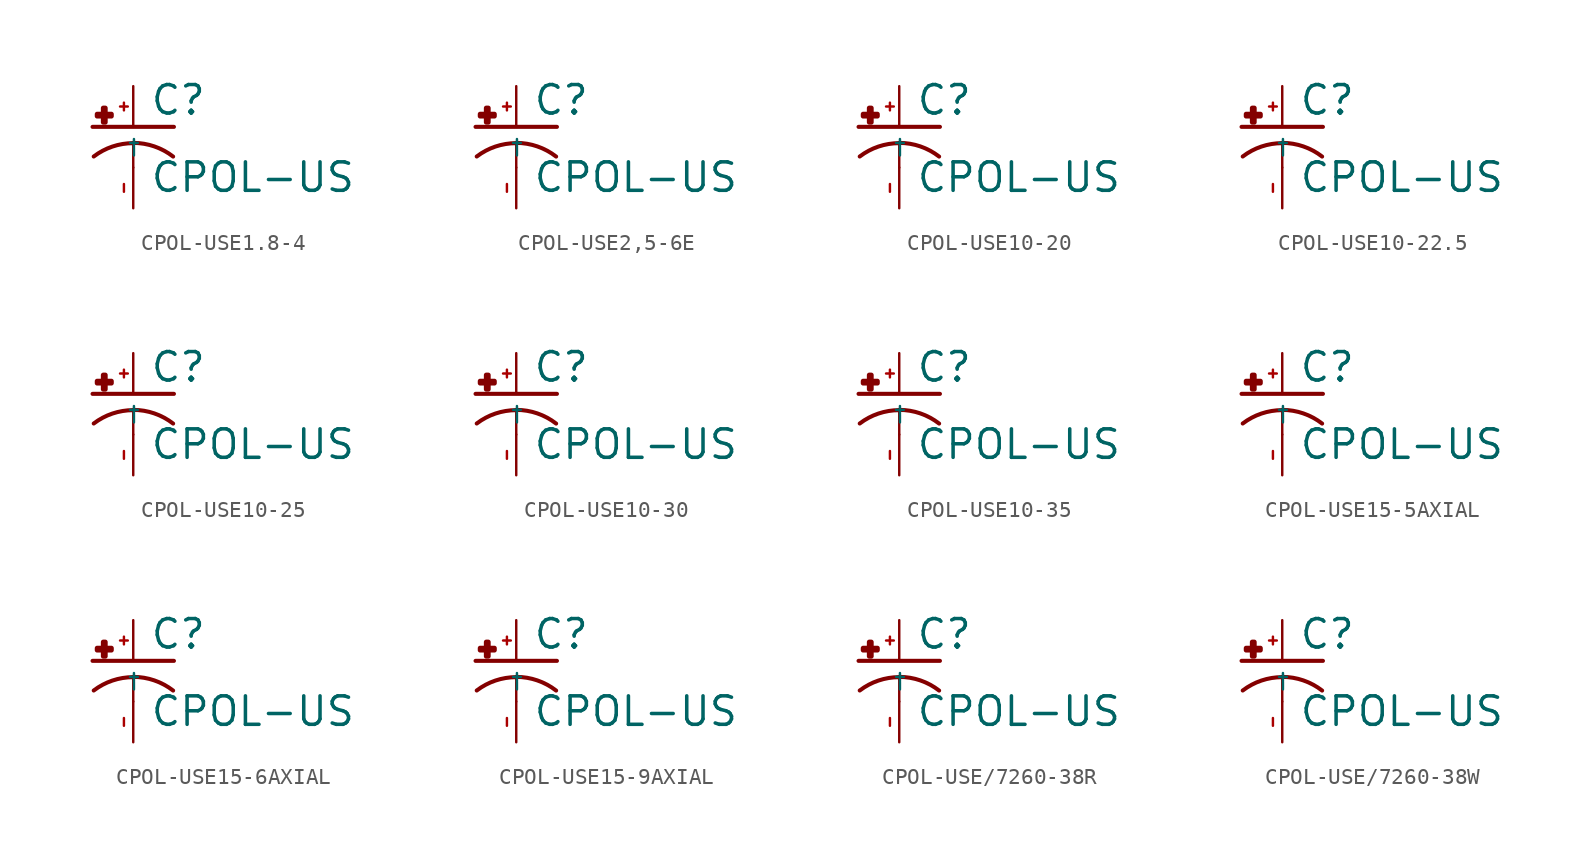
<source format=kicad_sym>
(kicad_symbol_lib
  (version 20220914)
  (generator Eagle2Kicad)
  (symbol "CPOL-USE1.8-4"
    (property "Reference" "C"
      (at 1.016 0.635 0)
      (effects (font (size 1.778 1.778) (thickness 0.22)) (justify left bottom)))
    (property "Value" "CPOL-US"
      (at 1.016 -4.191 0)
      (effects (font (size 1.778 1.778) (thickness 0.22)) (justify left bottom)))
    (polyline
      (pts (xy -2.54 0) (xy 2.54 0))
      (stroke (width 0.254) (type default))
      (fill (type none)))
    (polyline
      (pts (xy 0 -1.016) (xy 0 -2.54))
      (stroke (width 0.152) (type default))
      (fill (type none)))
    (arc
      (start 2.4892 -1.8542)
      (mid 1.316 -1.220)
      (end 0 -1)
      (stroke (width 0.254) (type default))
      (fill (type none)))
    (arc
      (start 0 -1.0161)
      (mid -1.302 -1.230)
      (end -2.4669 -1.8504)
      (stroke (width 0.254) (type default))
      (fill (type none)))
    (rectangle
      (start -2.253 0.668)
      (end -1.364 0.795)
      (stroke (width 0.3) (type default))
      (fill (type outline)))
    (rectangle
      (start -1.872 0.287)
      (end -1.745 1.176)
      (stroke (width 0.3) (type default))
      (fill (type outline)))
    (pin passive line
      (at 0 2.54 270)
      (length 2.54)
      (name "+" (effects (font (size 0.635 0.635) (thickness 0.08)) (justify left bottom)))
      (number "+" (effects (font (size 0.635 0.635) (thickness 0.08)) (justify left bottom))))
    (pin passive line
      (at 0 -5.08 90)
      (length 2.54)
      (name "-" (effects (font (size 0.635 0.635) (thickness 0.08)) (justify left bottom)))
      (number "-" (effects (font (size 0.635 0.635) (thickness 0.08)) (justify left bottom)))))
  (symbol "CPOL-USE2,5-6E"
    (property "Reference" "C"
      (at 1.016 0.635 0)
      (effects (font (size 1.778 1.778) (thickness 0.22)) (justify left bottom)))
    (property "Value" "CPOL-US"
      (at 1.016 -4.191 0)
      (effects (font (size 1.778 1.778) (thickness 0.22)) (justify left bottom)))
    (polyline
      (pts (xy -2.54 0) (xy 2.54 0))
      (stroke (width 0.254) (type default))
      (fill (type none)))
    (polyline
      (pts (xy 0 -1.016) (xy 0 -2.54))
      (stroke (width 0.152) (type default))
      (fill (type none)))
    (arc
      (start 2.4892 -1.8542)
      (mid 1.316 -1.220)
      (end 0 -1)
      (stroke (width 0.254) (type default))
      (fill (type none)))
    (arc
      (start 0 -1.0161)
      (mid -1.302 -1.230)
      (end -2.4669 -1.8504)
      (stroke (width 0.254) (type default))
      (fill (type none)))
    (rectangle
      (start -2.253 0.668)
      (end -1.364 0.795)
      (stroke (width 0.3) (type default))
      (fill (type outline)))
    (rectangle
      (start -1.872 0.287)
      (end -1.745 1.176)
      (stroke (width 0.3) (type default))
      (fill (type outline)))
    (pin passive line
      (at 0 2.54 270)
      (length 2.54)
      (name "+" (effects (font (size 0.635 0.635) (thickness 0.08)) (justify left bottom)))
      (number "+" (effects (font (size 0.635 0.635) (thickness 0.08)) (justify left bottom))))
    (pin passive line
      (at 0 -5.08 90)
      (length 2.54)
      (name "-" (effects (font (size 0.635 0.635) (thickness 0.08)) (justify left bottom)))
      (number "-" (effects (font (size 0.635 0.635) (thickness 0.08)) (justify left bottom)))))
  (symbol "CPOL-USE10-20"
    (property "Reference" "C"
      (at 1.016 0.635 0)
      (effects (font (size 1.778 1.778) (thickness 0.22)) (justify left bottom)))
    (property "Value" "CPOL-US"
      (at 1.016 -4.191 0)
      (effects (font (size 1.778 1.778) (thickness 0.22)) (justify left bottom)))
    (polyline
      (pts (xy -2.54 0) (xy 2.54 0))
      (stroke (width 0.254) (type default))
      (fill (type none)))
    (polyline
      (pts (xy 0 -1.016) (xy 0 -2.54))
      (stroke (width 0.152) (type default))
      (fill (type none)))
    (arc
      (start 2.4892 -1.8542)
      (mid 1.316 -1.220)
      (end 0 -1)
      (stroke (width 0.254) (type default))
      (fill (type none)))
    (arc
      (start 0 -1.0161)
      (mid -1.302 -1.230)
      (end -2.4669 -1.8504)
      (stroke (width 0.254) (type default))
      (fill (type none)))
    (rectangle
      (start -2.253 0.668)
      (end -1.364 0.795)
      (stroke (width 0.3) (type default))
      (fill (type outline)))
    (rectangle
      (start -1.872 0.287)
      (end -1.745 1.176)
      (stroke (width 0.3) (type default))
      (fill (type outline)))
    (pin passive line
      (at 0 2.54 270)
      (length 2.54)
      (name "+" (effects (font (size 0.635 0.635) (thickness 0.08)) (justify left bottom)))
      (number "+" (effects (font (size 0.635 0.635) (thickness 0.08)) (justify left bottom))))
    (pin passive line
      (at 0 -5.08 90)
      (length 2.54)
      (name "-" (effects (font (size 0.635 0.635) (thickness 0.08)) (justify left bottom)))
      (number "-" (effects (font (size 0.635 0.635) (thickness 0.08)) (justify left bottom)))))
  (symbol "CPOL-USE10-22.5"
    (property "Reference" "C"
      (at 1.016 0.635 0)
      (effects (font (size 1.778 1.778) (thickness 0.22)) (justify left bottom)))
    (property "Value" "CPOL-US"
      (at 1.016 -4.191 0)
      (effects (font (size 1.778 1.778) (thickness 0.22)) (justify left bottom)))
    (polyline
      (pts (xy -2.54 0) (xy 2.54 0))
      (stroke (width 0.254) (type default))
      (fill (type none)))
    (polyline
      (pts (xy 0 -1.016) (xy 0 -2.54))
      (stroke (width 0.152) (type default))
      (fill (type none)))
    (arc
      (start 2.4892 -1.8542)
      (mid 1.316 -1.220)
      (end 0 -1)
      (stroke (width 0.254) (type default))
      (fill (type none)))
    (arc
      (start 0 -1.0161)
      (mid -1.302 -1.230)
      (end -2.4669 -1.8504)
      (stroke (width 0.254) (type default))
      (fill (type none)))
    (rectangle
      (start -2.253 0.668)
      (end -1.364 0.795)
      (stroke (width 0.3) (type default))
      (fill (type outline)))
    (rectangle
      (start -1.872 0.287)
      (end -1.745 1.176)
      (stroke (width 0.3) (type default))
      (fill (type outline)))
    (pin passive line
      (at 0 2.54 270)
      (length 2.54)
      (name "+" (effects (font (size 0.635 0.635) (thickness 0.08)) (justify left bottom)))
      (number "+" (effects (font (size 0.635 0.635) (thickness 0.08)) (justify left bottom))))
    (pin passive line
      (at 0 -5.08 90)
      (length 2.54)
      (name "-" (effects (font (size 0.635 0.635) (thickness 0.08)) (justify left bottom)))
      (number "-" (effects (font (size 0.635 0.635) (thickness 0.08)) (justify left bottom)))))
  (symbol "CPOL-USE10-25"
    (property "Reference" "C"
      (at 1.016 0.635 0)
      (effects (font (size 1.778 1.778) (thickness 0.22)) (justify left bottom)))
    (property "Value" "CPOL-US"
      (at 1.016 -4.191 0)
      (effects (font (size 1.778 1.778) (thickness 0.22)) (justify left bottom)))
    (polyline
      (pts (xy -2.54 0) (xy 2.54 0))
      (stroke (width 0.254) (type default))
      (fill (type none)))
    (polyline
      (pts (xy 0 -1.016) (xy 0 -2.54))
      (stroke (width 0.152) (type default))
      (fill (type none)))
    (arc
      (start 2.4892 -1.8542)
      (mid 1.316 -1.220)
      (end 0 -1)
      (stroke (width 0.254) (type default))
      (fill (type none)))
    (arc
      (start 0 -1.0161)
      (mid -1.302 -1.230)
      (end -2.4669 -1.8504)
      (stroke (width 0.254) (type default))
      (fill (type none)))
    (rectangle
      (start -2.253 0.668)
      (end -1.364 0.795)
      (stroke (width 0.3) (type default))
      (fill (type outline)))
    (rectangle
      (start -1.872 0.287)
      (end -1.745 1.176)
      (stroke (width 0.3) (type default))
      (fill (type outline)))
    (pin passive line
      (at 0 2.54 270)
      (length 2.54)
      (name "+" (effects (font (size 0.635 0.635) (thickness 0.08)) (justify left bottom)))
      (number "+" (effects (font (size 0.635 0.635) (thickness 0.08)) (justify left bottom))))
    (pin passive line
      (at 0 -5.08 90)
      (length 2.54)
      (name "-" (effects (font (size 0.635 0.635) (thickness 0.08)) (justify left bottom)))
      (number "-" (effects (font (size 0.635 0.635) (thickness 0.08)) (justify left bottom)))))
  (symbol "CPOL-USE10-30"
    (property "Reference" "C"
      (at 1.016 0.635 0)
      (effects (font (size 1.778 1.778) (thickness 0.22)) (justify left bottom)))
    (property "Value" "CPOL-US"
      (at 1.016 -4.191 0)
      (effects (font (size 1.778 1.778) (thickness 0.22)) (justify left bottom)))
    (polyline
      (pts (xy -2.54 0) (xy 2.54 0))
      (stroke (width 0.254) (type default))
      (fill (type none)))
    (polyline
      (pts (xy 0 -1.016) (xy 0 -2.54))
      (stroke (width 0.152) (type default))
      (fill (type none)))
    (arc
      (start 2.4892 -1.8542)
      (mid 1.316 -1.220)
      (end 0 -1)
      (stroke (width 0.254) (type default))
      (fill (type none)))
    (arc
      (start 0 -1.0161)
      (mid -1.302 -1.230)
      (end -2.4669 -1.8504)
      (stroke (width 0.254) (type default))
      (fill (type none)))
    (rectangle
      (start -2.253 0.668)
      (end -1.364 0.795)
      (stroke (width 0.3) (type default))
      (fill (type outline)))
    (rectangle
      (start -1.872 0.287)
      (end -1.745 1.176)
      (stroke (width 0.3) (type default))
      (fill (type outline)))
    (pin passive line
      (at 0 2.54 270)
      (length 2.54)
      (name "+" (effects (font (size 0.635 0.635) (thickness 0.08)) (justify left bottom)))
      (number "+" (effects (font (size 0.635 0.635) (thickness 0.08)) (justify left bottom))))
    (pin passive line
      (at 0 -5.08 90)
      (length 2.54)
      (name "-" (effects (font (size 0.635 0.635) (thickness 0.08)) (justify left bottom)))
      (number "-" (effects (font (size 0.635 0.635) (thickness 0.08)) (justify left bottom)))))
  (symbol "CPOL-USE10-35"
    (property "Reference" "C"
      (at 1.016 0.635 0)
      (effects (font (size 1.778 1.778) (thickness 0.22)) (justify left bottom)))
    (property "Value" "CPOL-US"
      (at 1.016 -4.191 0)
      (effects (font (size 1.778 1.778) (thickness 0.22)) (justify left bottom)))
    (polyline
      (pts (xy -2.54 0) (xy 2.54 0))
      (stroke (width 0.254) (type default))
      (fill (type none)))
    (polyline
      (pts (xy 0 -1.016) (xy 0 -2.54))
      (stroke (width 0.152) (type default))
      (fill (type none)))
    (arc
      (start 2.4892 -1.8542)
      (mid 1.316 -1.220)
      (end 0 -1)
      (stroke (width 0.254) (type default))
      (fill (type none)))
    (arc
      (start 0 -1.0161)
      (mid -1.302 -1.230)
      (end -2.4669 -1.8504)
      (stroke (width 0.254) (type default))
      (fill (type none)))
    (rectangle
      (start -2.253 0.668)
      (end -1.364 0.795)
      (stroke (width 0.3) (type default))
      (fill (type outline)))
    (rectangle
      (start -1.872 0.287)
      (end -1.745 1.176)
      (stroke (width 0.3) (type default))
      (fill (type outline)))
    (pin passive line
      (at 0 2.54 270)
      (length 2.54)
      (name "+" (effects (font (size 0.635 0.635) (thickness 0.08)) (justify left bottom)))
      (number "+" (effects (font (size 0.635 0.635) (thickness 0.08)) (justify left bottom))))
    (pin passive line
      (at 0 -5.08 90)
      (length 2.54)
      (name "-" (effects (font (size 0.635 0.635) (thickness 0.08)) (justify left bottom)))
      (number "-" (effects (font (size 0.635 0.635) (thickness 0.08)) (justify left bottom)))))
  (symbol "CPOL-USE15-5AXIAL"
    (property "Reference" "C"
      (at 1.016 0.635 0)
      (effects (font (size 1.778 1.778) (thickness 0.22)) (justify left bottom)))
    (property "Value" "CPOL-US"
      (at 1.016 -4.191 0)
      (effects (font (size 1.778 1.778) (thickness 0.22)) (justify left bottom)))
    (polyline
      (pts (xy -2.54 0) (xy 2.54 0))
      (stroke (width 0.254) (type default))
      (fill (type none)))
    (polyline
      (pts (xy 0 -1.016) (xy 0 -2.54))
      (stroke (width 0.152) (type default))
      (fill (type none)))
    (arc
      (start 2.4892 -1.8542)
      (mid 1.316 -1.220)
      (end 0 -1)
      (stroke (width 0.254) (type default))
      (fill (type none)))
    (arc
      (start 0 -1.0161)
      (mid -1.302 -1.230)
      (end -2.4669 -1.8504)
      (stroke (width 0.254) (type default))
      (fill (type none)))
    (rectangle
      (start -2.253 0.668)
      (end -1.364 0.795)
      (stroke (width 0.3) (type default))
      (fill (type outline)))
    (rectangle
      (start -1.872 0.287)
      (end -1.745 1.176)
      (stroke (width 0.3) (type default))
      (fill (type outline)))
    (pin passive line
      (at 0 2.54 270)
      (length 2.54)
      (name "+" (effects (font (size 0.635 0.635) (thickness 0.08)) (justify left bottom)))
      (number "+" (effects (font (size 0.635 0.635) (thickness 0.08)) (justify left bottom))))
    (pin passive line
      (at 0 -5.08 90)
      (length 2.54)
      (name "-" (effects (font (size 0.635 0.635) (thickness 0.08)) (justify left bottom)))
      (number "-" (effects (font (size 0.635 0.635) (thickness 0.08)) (justify left bottom)))))
  (symbol "CPOL-USE15-6AXIAL"
    (property "Reference" "C"
      (at 1.016 0.635 0)
      (effects (font (size 1.778 1.778) (thickness 0.22)) (justify left bottom)))
    (property "Value" "CPOL-US"
      (at 1.016 -4.191 0)
      (effects (font (size 1.778 1.778) (thickness 0.22)) (justify left bottom)))
    (polyline
      (pts (xy -2.54 0) (xy 2.54 0))
      (stroke (width 0.254) (type default))
      (fill (type none)))
    (polyline
      (pts (xy 0 -1.016) (xy 0 -2.54))
      (stroke (width 0.152) (type default))
      (fill (type none)))
    (arc
      (start 2.4892 -1.8542)
      (mid 1.316 -1.220)
      (end 0 -1)
      (stroke (width 0.254) (type default))
      (fill (type none)))
    (arc
      (start 0 -1.0161)
      (mid -1.302 -1.230)
      (end -2.4669 -1.8504)
      (stroke (width 0.254) (type default))
      (fill (type none)))
    (rectangle
      (start -2.253 0.668)
      (end -1.364 0.795)
      (stroke (width 0.3) (type default))
      (fill (type outline)))
    (rectangle
      (start -1.872 0.287)
      (end -1.745 1.176)
      (stroke (width 0.3) (type default))
      (fill (type outline)))
    (pin passive line
      (at 0 2.54 270)
      (length 2.54)
      (name "+" (effects (font (size 0.635 0.635) (thickness 0.08)) (justify left bottom)))
      (number "+" (effects (font (size 0.635 0.635) (thickness 0.08)) (justify left bottom))))
    (pin passive line
      (at 0 -5.08 90)
      (length 2.54)
      (name "-" (effects (font (size 0.635 0.635) (thickness 0.08)) (justify left bottom)))
      (number "-" (effects (font (size 0.635 0.635) (thickness 0.08)) (justify left bottom)))))
  (symbol "CPOL-USE15-9AXIAL"
    (property "Reference" "C"
      (at 1.016 0.635 0)
      (effects (font (size 1.778 1.778) (thickness 0.22)) (justify left bottom)))
    (property "Value" "CPOL-US"
      (at 1.016 -4.191 0)
      (effects (font (size 1.778 1.778) (thickness 0.22)) (justify left bottom)))
    (polyline
      (pts (xy -2.54 0) (xy 2.54 0))
      (stroke (width 0.254) (type default))
      (fill (type none)))
    (polyline
      (pts (xy 0 -1.016) (xy 0 -2.54))
      (stroke (width 0.152) (type default))
      (fill (type none)))
    (arc
      (start 2.4892 -1.8542)
      (mid 1.316 -1.220)
      (end 0 -1)
      (stroke (width 0.254) (type default))
      (fill (type none)))
    (arc
      (start 0 -1.0161)
      (mid -1.302 -1.230)
      (end -2.4669 -1.8504)
      (stroke (width 0.254) (type default))
      (fill (type none)))
    (rectangle
      (start -2.253 0.668)
      (end -1.364 0.795)
      (stroke (width 0.3) (type default))
      (fill (type outline)))
    (rectangle
      (start -1.872 0.287)
      (end -1.745 1.176)
      (stroke (width 0.3) (type default))
      (fill (type outline)))
    (pin passive line
      (at 0 2.54 270)
      (length 2.54)
      (name "+" (effects (font (size 0.635 0.635) (thickness 0.08)) (justify left bottom)))
      (number "+" (effects (font (size 0.635 0.635) (thickness 0.08)) (justify left bottom))))
    (pin passive line
      (at 0 -5.08 90)
      (length 2.54)
      (name "-" (effects (font (size 0.635 0.635) (thickness 0.08)) (justify left bottom)))
      (number "-" (effects (font (size 0.635 0.635) (thickness 0.08)) (justify left bottom)))))
  (symbol "CPOL-USE/7260-38R"
    (property "Reference" "C"
      (at 1.016 0.635 0)
      (effects (font (size 1.778 1.778) (thickness 0.22)) (justify left bottom)))
    (property "Value" "CPOL-US"
      (at 1.016 -4.191 0)
      (effects (font (size 1.778 1.778) (thickness 0.22)) (justify left bottom)))
    (polyline
      (pts (xy -2.54 0) (xy 2.54 0))
      (stroke (width 0.254) (type default))
      (fill (type none)))
    (polyline
      (pts (xy 0 -1.016) (xy 0 -2.54))
      (stroke (width 0.152) (type default))
      (fill (type none)))
    (arc
      (start 2.4892 -1.8542)
      (mid 1.316 -1.220)
      (end 0 -1)
      (stroke (width 0.254) (type default))
      (fill (type none)))
    (arc
      (start 0 -1.0161)
      (mid -1.302 -1.230)
      (end -2.4669 -1.8504)
      (stroke (width 0.254) (type default))
      (fill (type none)))
    (rectangle
      (start -2.253 0.668)
      (end -1.364 0.795)
      (stroke (width 0.3) (type default))
      (fill (type outline)))
    (rectangle
      (start -1.872 0.287)
      (end -1.745 1.176)
      (stroke (width 0.3) (type default))
      (fill (type outline)))
    (pin passive line
      (at 0 2.54 270)
      (length 2.54)
      (name "+" (effects (font (size 0.635 0.635) (thickness 0.08)) (justify left bottom)))
      (number "+" (effects (font (size 0.635 0.635) (thickness 0.08)) (justify left bottom))))
    (pin passive line
      (at 0 -5.08 90)
      (length 2.54)
      (name "-" (effects (font (size 0.635 0.635) (thickness 0.08)) (justify left bottom)))
      (number "-" (effects (font (size 0.635 0.635) (thickness 0.08)) (justify left bottom)))))
  (symbol "CPOL-USE/7260-38W"
    (property "Reference" "C"
      (at 1.016 0.635 0)
      (effects (font (size 1.778 1.778) (thickness 0.22)) (justify left bottom)))
    (property "Value" "CPOL-US"
      (at 1.016 -4.191 0)
      (effects (font (size 1.778 1.778) (thickness 0.22)) (justify left bottom)))
    (polyline
      (pts (xy -2.54 0) (xy 2.54 0))
      (stroke (width 0.254) (type default))
      (fill (type none)))
    (polyline
      (pts (xy 0 -1.016) (xy 0 -2.54))
      (stroke (width 0.152) (type default))
      (fill (type none)))
    (arc
      (start 2.4892 -1.8542)
      (mid 1.316 -1.220)
      (end 0 -1)
      (stroke (width 0.254) (type default))
      (fill (type none)))
    (arc
      (start 0 -1.0161)
      (mid -1.302 -1.230)
      (end -2.4669 -1.8504)
      (stroke (width 0.254) (type default))
      (fill (type none)))
    (rectangle
      (start -2.253 0.668)
      (end -1.364 0.795)
      (stroke (width 0.3) (type default))
      (fill (type outline)))
    (rectangle
      (start -1.872 0.287)
      (end -1.745 1.176)
      (stroke (width 0.3) (type default))
      (fill (type outline)))
    (pin passive line
      (at 0 2.54 270)
      (length 2.54)
      (name "+" (effects (font (size 0.635 0.635) (thickness 0.08)) (justify left bottom)))
      (number "+" (effects (font (size 0.635 0.635) (thickness 0.08)) (justify left bottom))))
    (pin passive line
      (at 0 -5.08 90)
      (length 2.54)
      (name "-" (effects (font (size 0.635 0.635) (thickness 0.08)) (justify left bottom)))
      (number "-" (effects (font (size 0.635 0.635) (thickness 0.08)) (justify left bottom))))))
</source>
